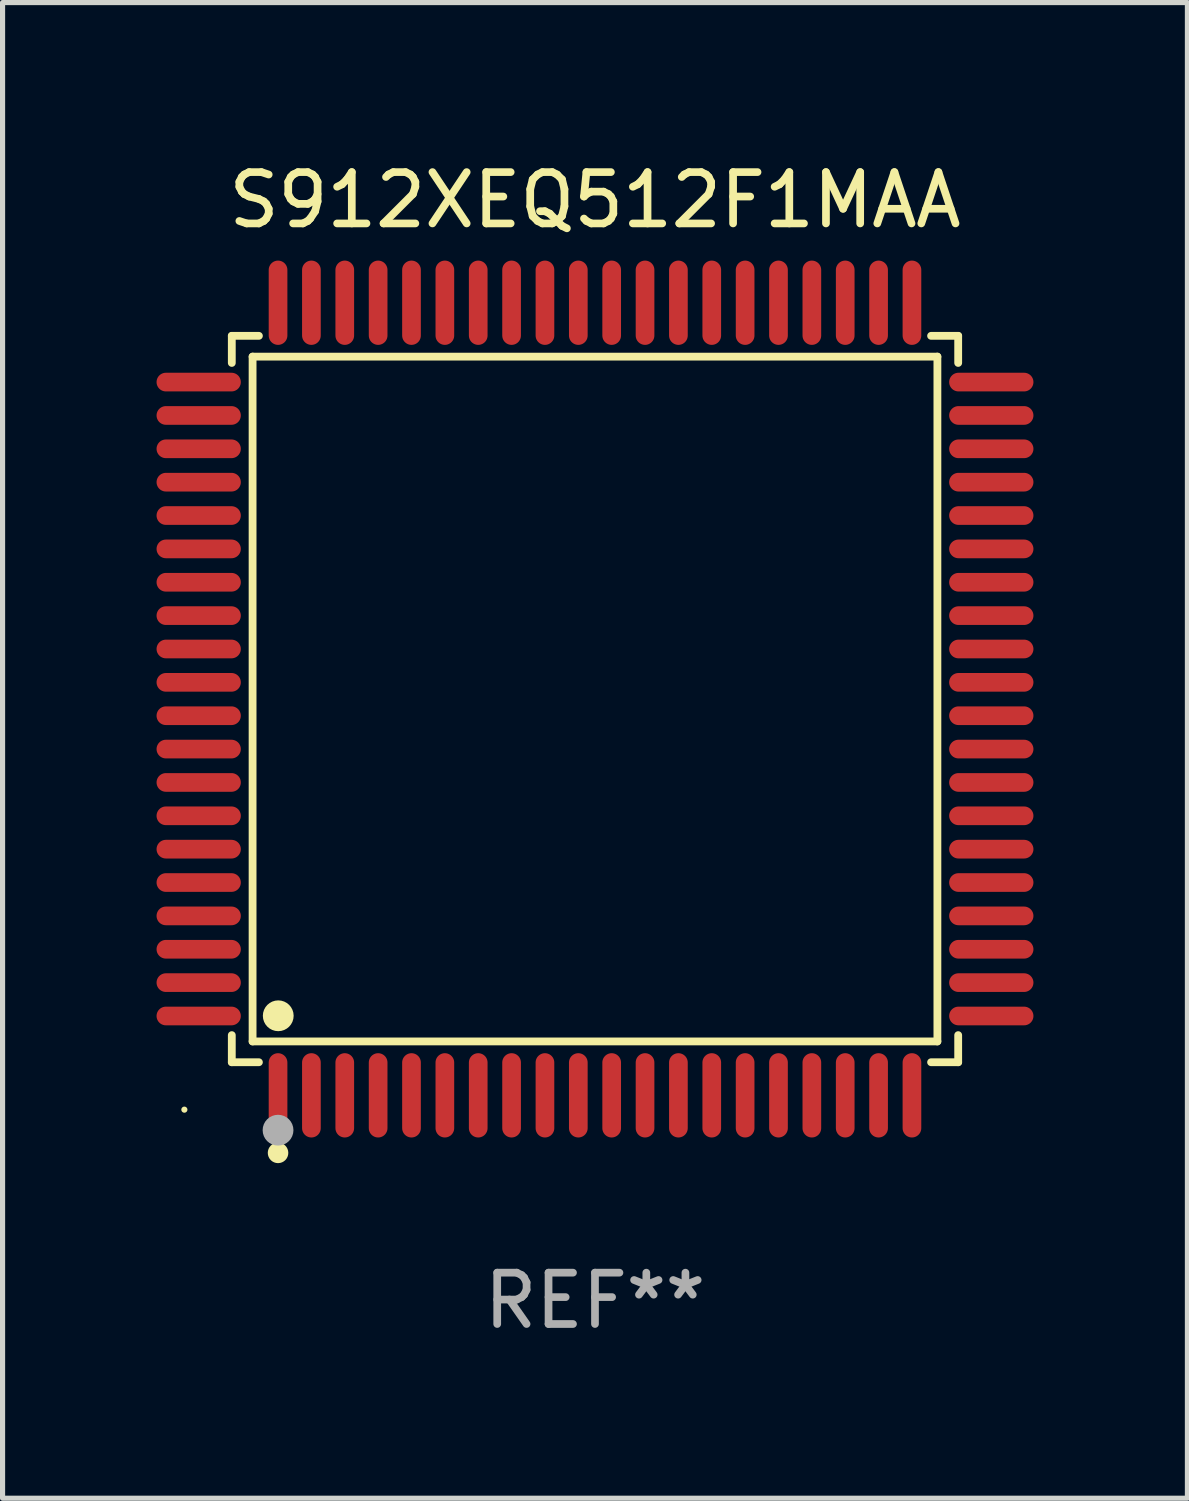
<source format=kicad_pcb>
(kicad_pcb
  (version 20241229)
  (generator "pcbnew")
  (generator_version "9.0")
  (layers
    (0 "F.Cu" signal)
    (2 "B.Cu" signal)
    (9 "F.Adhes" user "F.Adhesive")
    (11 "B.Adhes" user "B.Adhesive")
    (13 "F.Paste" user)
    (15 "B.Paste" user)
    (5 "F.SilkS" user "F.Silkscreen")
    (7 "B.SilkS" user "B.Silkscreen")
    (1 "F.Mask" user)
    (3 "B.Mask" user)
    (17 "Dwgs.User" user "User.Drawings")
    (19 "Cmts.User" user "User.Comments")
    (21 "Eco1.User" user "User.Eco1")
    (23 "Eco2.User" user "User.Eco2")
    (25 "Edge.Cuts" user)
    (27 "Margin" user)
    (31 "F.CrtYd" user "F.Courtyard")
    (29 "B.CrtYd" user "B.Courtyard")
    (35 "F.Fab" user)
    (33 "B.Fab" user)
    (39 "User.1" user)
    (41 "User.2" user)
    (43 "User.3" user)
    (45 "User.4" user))
  (footprint "S912XEQ512F1MAA"
    (layer "F.Cu")
    (at 8.542 10.569)
    (property "Reference" "S912XEQ512F1MAA" (at 0 -9.721 0) (layer "F.SilkS") (effects (font (size 1 1) (thickness 0.15))))
    (attr through_hole)
    (fp_line (start -7.076 -7.076) (end -6.548 -7.076) (stroke (width 0.152) (type solid)) (layer "F.SilkS"))
    (fp_line (start -7.076 -6.548) (end -7.076 -7.076) (stroke (width 0.152) (type solid)) (layer "F.SilkS"))
    (fp_line (start -7.076 6.548) (end -7.076 7.076) (stroke (width 0.152) (type solid)) (layer "F.SilkS"))
    (fp_line (start -7.076 7.076) (end -6.548 7.076) (stroke (width 0.152) (type solid)) (layer "F.SilkS"))
    (fp_line (start -6.671 -6.671) (end 6.671 -6.671) (stroke (width 0.152) (type solid)) (layer "F.SilkS"))
    (fp_line (start -6.671 6.671) (end -6.671 -6.671) (stroke (width 0.152) (type solid)) (layer "F.SilkS"))
    (fp_line (start 6.671 -6.671) (end 6.671 6.671) (stroke (width 0.152) (type solid)) (layer "F.SilkS"))
    (fp_line (start 6.671 6.671) (end -6.671 6.671) (stroke (width 0.152) (type solid)) (layer "F.SilkS"))
    (fp_line (start 7.076 -7.076) (end 6.548 -7.076) (stroke (width 0.152) (type solid)) (layer "F.SilkS"))
    (fp_line (start 7.076 -6.548) (end 7.076 -7.076) (stroke (width 0.152) (type solid)) (layer "F.SilkS"))
    (fp_line (start 7.076 6.548) (end 7.076 7.076) (stroke (width 0.152) (type solid)) (layer "F.SilkS"))
    (fp_line (start 7.076 7.076) (end 6.548 7.076) (stroke (width 0.152) (type solid)) (layer "F.SilkS"))
    (fp_circle (center -8 8) (end -7.97 8) (stroke (width 0.06) (type solid)) (fill no) (layer "F.SilkS"))
    (fp_circle (center -6.175 8.842) (end -6.075 8.842) (stroke (width 0.2) (type solid)) (fill no) (layer "F.SilkS"))
    (fp_circle (center -6.171 6.171) (end -6.021 6.171) (stroke (width 0.3) (type solid)) (fill no) (layer "F.SilkS"))
    (fp_circle (center -6.175 8.4) (end -6.025 8.4) (stroke (width 0.3) (type solid)) (fill no) (layer "F.Fab"))
    (fp_text user "REF**" (at 0 11.721 0) (layer "F.Fab") (effects (font (size 1 1) (thickness 0.15))))
    (pad "1" smd oval (at -6.175 7.721) (size 0.364 1.642) (layers "F.Cu" "F.Mask" "F.Paste"))
    (pad "2" smd oval (at -5.525 7.721) (size 0.364 1.642) (layers "F.Cu" "F.Mask" "F.Paste"))
    (pad "3" smd oval (at -4.875 7.721) (size 0.364 1.642) (layers "F.Cu" "F.Mask" "F.Paste"))
    (pad "4" smd oval (at -4.225 7.721) (size 0.364 1.642) (layers "F.Cu" "F.Mask" "F.Paste"))
    (pad "5" smd oval (at -3.575 7.721) (size 0.364 1.642) (layers "F.Cu" "F.Mask" "F.Paste"))
    (pad "6" smd oval (at -2.925 7.721) (size 0.364 1.642) (layers "F.Cu" "F.Mask" "F.Paste"))
    (pad "7" smd oval (at -2.275 7.721) (size 0.364 1.642) (layers "F.Cu" "F.Mask" "F.Paste"))
    (pad "8" smd oval (at -1.625 7.721) (size 0.364 1.642) (layers "F.Cu" "F.Mask" "F.Paste"))
    (pad "9" smd oval (at -0.975 7.721) (size 0.364 1.642) (layers "F.Cu" "F.Mask" "F.Paste"))
    (pad "10" smd oval (at -0.325 7.721) (size 0.364 1.642) (layers "F.Cu" "F.Mask" "F.Paste"))
    (pad "11" smd oval (at 0.325 7.721) (size 0.364 1.642) (layers "F.Cu" "F.Mask" "F.Paste"))
    (pad "12" smd oval (at 0.975 7.721) (size 0.364 1.642) (layers "F.Cu" "F.Mask" "F.Paste"))
    (pad "13" smd oval (at 1.625 7.721) (size 0.364 1.642) (layers "F.Cu" "F.Mask" "F.Paste"))
    (pad "14" smd oval (at 2.275 7.721) (size 0.364 1.642) (layers "F.Cu" "F.Mask" "F.Paste"))
    (pad "15" smd oval (at 2.925 7.721) (size 0.364 1.642) (layers "F.Cu" "F.Mask" "F.Paste"))
    (pad "16" smd oval (at 3.575 7.721) (size 0.364 1.642) (layers "F.Cu" "F.Mask" "F.Paste"))
    (pad "17" smd oval (at 4.225 7.721) (size 0.364 1.642) (layers "F.Cu" "F.Mask" "F.Paste"))
    (pad "18" smd oval (at 4.875 7.721) (size 0.364 1.642) (layers "F.Cu" "F.Mask" "F.Paste"))
    (pad "19" smd oval (at 5.525 7.721) (size 0.364 1.642) (layers "F.Cu" "F.Mask" "F.Paste"))
    (pad "20" smd oval (at 6.175 7.721) (size 0.364 1.642) (layers "F.Cu" "F.Mask" "F.Paste"))
    (pad "21" smd oval (at 7.721 6.175) (size 1.642 0.364) (layers "F.Cu" "F.Mask" "F.Paste"))
    (pad "22" smd oval (at 7.721 5.525) (size 1.642 0.364) (layers "F.Cu" "F.Mask" "F.Paste"))
    (pad "23" smd oval (at 7.721 4.875) (size 1.642 0.364) (layers "F.Cu" "F.Mask" "F.Paste"))
    (pad "24" smd oval (at 7.721 4.225) (size 1.642 0.364) (layers "F.Cu" "F.Mask" "F.Paste"))
    (pad "25" smd oval (at 7.721 3.575) (size 1.642 0.364) (layers "F.Cu" "F.Mask" "F.Paste"))
    (pad "26" smd oval (at 7.721 2.925) (size 1.642 0.364) (layers "F.Cu" "F.Mask" "F.Paste"))
    (pad "27" smd oval (at 7.721 2.275) (size 1.642 0.364) (layers "F.Cu" "F.Mask" "F.Paste"))
    (pad "28" smd oval (at 7.721 1.625) (size 1.642 0.364) (layers "F.Cu" "F.Mask" "F.Paste"))
    (pad "29" smd oval (at 7.721 0.975) (size 1.642 0.364) (layers "F.Cu" "F.Mask" "F.Paste"))
    (pad "30" smd oval (at 7.721 0.325) (size 1.642 0.364) (layers "F.Cu" "F.Mask" "F.Paste"))
    (pad "31" smd oval (at 7.721 -0.325) (size 1.642 0.364) (layers "F.Cu" "F.Mask" "F.Paste"))
    (pad "32" smd oval (at 7.721 -0.975) (size 1.642 0.364) (layers "F.Cu" "F.Mask" "F.Paste"))
    (pad "33" smd oval (at 7.721 -1.625) (size 1.642 0.364) (layers "F.Cu" "F.Mask" "F.Paste"))
    (pad "34" smd oval (at 7.721 -2.275) (size 1.642 0.364) (layers "F.Cu" "F.Mask" "F.Paste"))
    (pad "35" smd oval (at 7.721 -2.925) (size 1.642 0.364) (layers "F.Cu" "F.Mask" "F.Paste"))
    (pad "36" smd oval (at 7.721 -3.575) (size 1.642 0.364) (layers "F.Cu" "F.Mask" "F.Paste"))
    (pad "37" smd oval (at 7.721 -4.225) (size 1.642 0.364) (layers "F.Cu" "F.Mask" "F.Paste"))
    (pad "38" smd oval (at 7.721 -4.875) (size 1.642 0.364) (layers "F.Cu" "F.Mask" "F.Paste"))
    (pad "39" smd oval (at 7.721 -5.525) (size 1.642 0.364) (layers "F.Cu" "F.Mask" "F.Paste"))
    (pad "40" smd oval (at 7.721 -6.175) (size 1.642 0.364) (layers "F.Cu" "F.Mask" "F.Paste"))
    (pad "41" smd oval (at 6.175 -7.721) (size 0.364 1.642) (layers "F.Cu" "F.Mask" "F.Paste"))
    (pad "42" smd oval (at 5.525 -7.721) (size 0.364 1.642) (layers "F.Cu" "F.Mask" "F.Paste"))
    (pad "43" smd oval (at 4.875 -7.721) (size 0.364 1.642) (layers "F.Cu" "F.Mask" "F.Paste"))
    (pad "44" smd oval (at 4.225 -7.721) (size 0.364 1.642) (layers "F.Cu" "F.Mask" "F.Paste"))
    (pad "45" smd oval (at 3.575 -7.721) (size 0.364 1.642) (layers "F.Cu" "F.Mask" "F.Paste"))
    (pad "46" smd oval (at 2.925 -7.721) (size 0.364 1.642) (layers "F.Cu" "F.Mask" "F.Paste"))
    (pad "47" smd oval (at 2.275 -7.721) (size 0.364 1.642) (layers "F.Cu" "F.Mask" "F.Paste"))
    (pad "48" smd oval (at 1.625 -7.721) (size 0.364 1.642) (layers "F.Cu" "F.Mask" "F.Paste"))
    (pad "49" smd oval (at 0.975 -7.721) (size 0.364 1.642) (layers "F.Cu" "F.Mask" "F.Paste"))
    (pad "50" smd oval (at 0.325 -7.721) (size 0.364 1.642) (layers "F.Cu" "F.Mask" "F.Paste"))
    (pad "51" smd oval (at -0.325 -7.721) (size 0.364 1.642) (layers "F.Cu" "F.Mask" "F.Paste"))
    (pad "52" smd oval (at -0.975 -7.721) (size 0.364 1.642) (layers "F.Cu" "F.Mask" "F.Paste"))
    (pad "53" smd oval (at -1.625 -7.721) (size 0.364 1.642) (layers "F.Cu" "F.Mask" "F.Paste"))
    (pad "54" smd oval (at -2.275 -7.721) (size 0.364 1.642) (layers "F.Cu" "F.Mask" "F.Paste"))
    (pad "55" smd oval (at -2.925 -7.721) (size 0.364 1.642) (layers "F.Cu" "F.Mask" "F.Paste"))
    (pad "56" smd oval (at -3.575 -7.721) (size 0.364 1.642) (layers "F.Cu" "F.Mask" "F.Paste"))
    (pad "57" smd oval (at -4.225 -7.721) (size 0.364 1.642) (layers "F.Cu" "F.Mask" "F.Paste"))
    (pad "58" smd oval (at -4.875 -7.721) (size 0.364 1.642) (layers "F.Cu" "F.Mask" "F.Paste"))
    (pad "59" smd oval (at -5.525 -7.721) (size 0.364 1.642) (layers "F.Cu" "F.Mask" "F.Paste"))
    (pad "60" smd oval (at -6.175 -7.721) (size 0.364 1.642) (layers "F.Cu" "F.Mask" "F.Paste"))
    (pad "61" smd oval (at -7.721 -6.175) (size 1.642 0.364) (layers "F.Cu" "F.Mask" "F.Paste"))
    (pad "62" smd oval (at -7.721 -5.525) (size 1.642 0.364) (layers "F.Cu" "F.Mask" "F.Paste"))
    (pad "63" smd oval (at -7.721 -4.875) (size 1.642 0.364) (layers "F.Cu" "F.Mask" "F.Paste"))
    (pad "64" smd oval (at -7.721 -4.225) (size 1.642 0.364) (layers "F.Cu" "F.Mask" "F.Paste"))
    (pad "65" smd oval (at -7.721 -3.575) (size 1.642 0.364) (layers "F.Cu" "F.Mask" "F.Paste"))
    (pad "66" smd oval (at -7.721 -2.925) (size 1.642 0.364) (layers "F.Cu" "F.Mask" "F.Paste"))
    (pad "67" smd oval (at -7.721 -2.275) (size 1.642 0.364) (layers "F.Cu" "F.Mask" "F.Paste"))
    (pad "68" smd oval (at -7.721 -1.625) (size 1.642 0.364) (layers "F.Cu" "F.Mask" "F.Paste"))
    (pad "69" smd oval (at -7.721 -0.975) (size 1.642 0.364) (layers "F.Cu" "F.Mask" "F.Paste"))
    (pad "70" smd oval (at -7.721 -0.325) (size 1.642 0.364) (layers "F.Cu" "F.Mask" "F.Paste"))
    (pad "71" smd oval (at -7.721 0.325) (size 1.642 0.364) (layers "F.Cu" "F.Mask" "F.Paste"))
    (pad "72" smd oval (at -7.721 0.975) (size 1.642 0.364) (layers "F.Cu" "F.Mask" "F.Paste"))
    (pad "73" smd oval (at -7.721 1.625) (size 1.642 0.364) (layers "F.Cu" "F.Mask" "F.Paste"))
    (pad "74" smd oval (at -7.721 2.275) (size 1.642 0.364) (layers "F.Cu" "F.Mask" "F.Paste"))
    (pad "75" smd oval (at -7.721 2.925) (size 1.642 0.364) (layers "F.Cu" "F.Mask" "F.Paste"))
    (pad "76" smd oval (at -7.721 3.575) (size 1.642 0.364) (layers "F.Cu" "F.Mask" "F.Paste"))
    (pad "77" smd oval (at -7.721 4.225) (size 1.642 0.364) (layers "F.Cu" "F.Mask" "F.Paste"))
    (pad "78" smd oval (at -7.721 4.875) (size 1.642 0.364) (layers "F.Cu" "F.Mask" "F.Paste"))
    (pad "79" smd oval (at -7.721 5.525) (size 1.642 0.364) (layers "F.Cu" "F.Mask" "F.Paste"))
    (pad "80" smd oval (at -7.721 6.175) (size 1.642 0.364) (layers "F.Cu" "F.Mask" "F.Paste")))
  (gr_rect
    (start -3 -3)
    (end 20.084 26.139)
    (stroke (width 0.1) (type default))
    (fill no)
    (layer "Edge.Cuts")))
</source>
